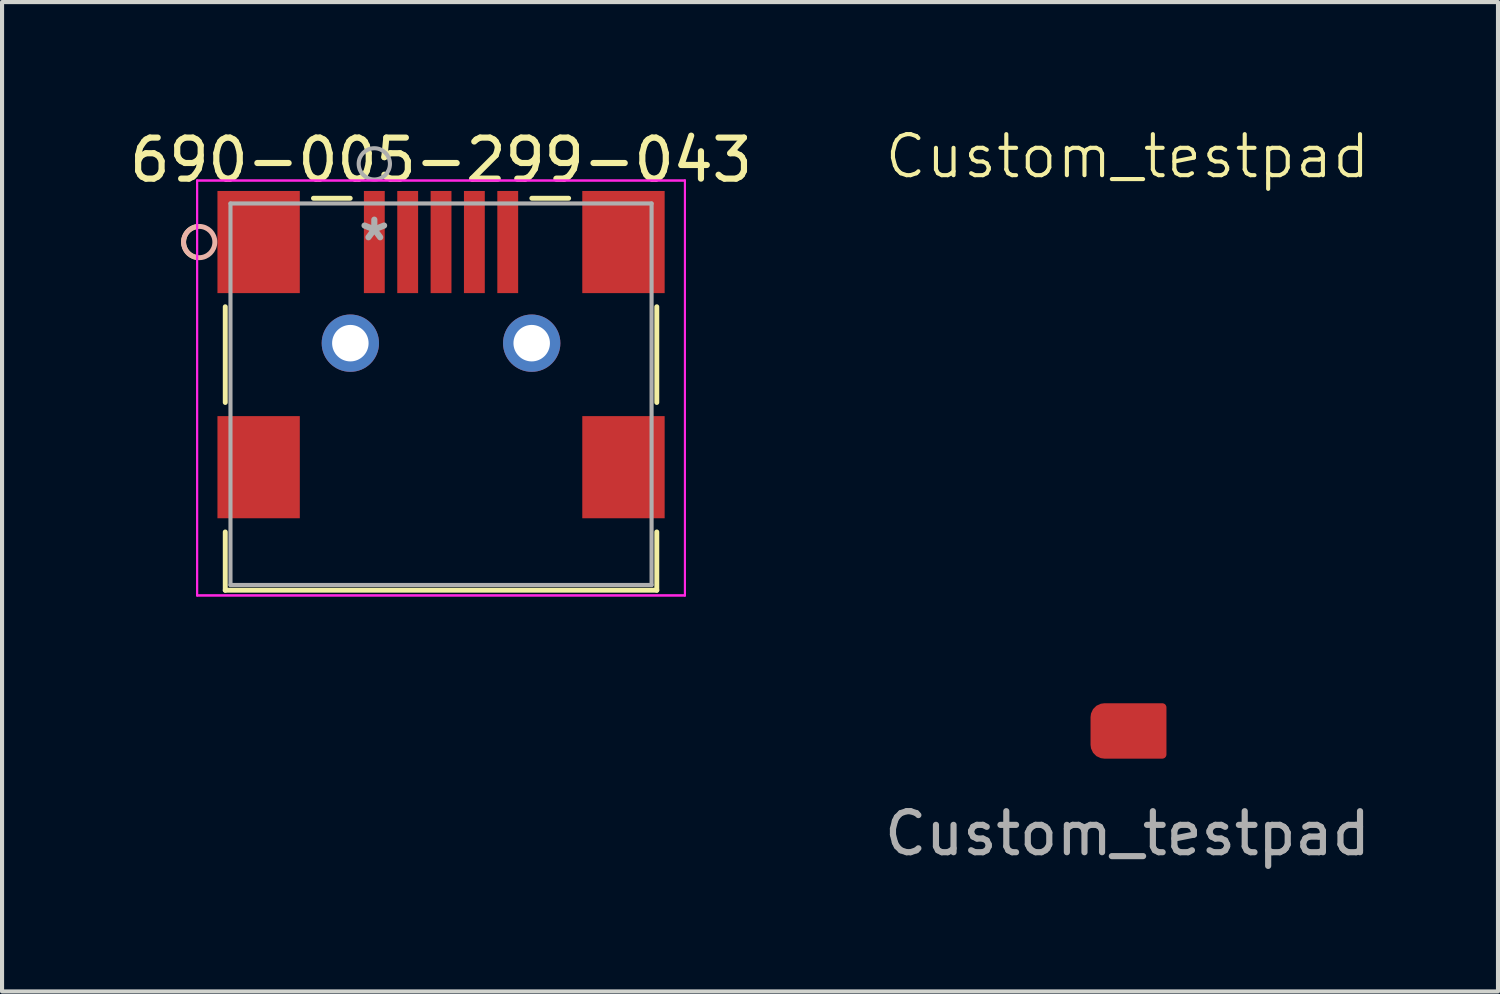
<source format=kicad_pcb>
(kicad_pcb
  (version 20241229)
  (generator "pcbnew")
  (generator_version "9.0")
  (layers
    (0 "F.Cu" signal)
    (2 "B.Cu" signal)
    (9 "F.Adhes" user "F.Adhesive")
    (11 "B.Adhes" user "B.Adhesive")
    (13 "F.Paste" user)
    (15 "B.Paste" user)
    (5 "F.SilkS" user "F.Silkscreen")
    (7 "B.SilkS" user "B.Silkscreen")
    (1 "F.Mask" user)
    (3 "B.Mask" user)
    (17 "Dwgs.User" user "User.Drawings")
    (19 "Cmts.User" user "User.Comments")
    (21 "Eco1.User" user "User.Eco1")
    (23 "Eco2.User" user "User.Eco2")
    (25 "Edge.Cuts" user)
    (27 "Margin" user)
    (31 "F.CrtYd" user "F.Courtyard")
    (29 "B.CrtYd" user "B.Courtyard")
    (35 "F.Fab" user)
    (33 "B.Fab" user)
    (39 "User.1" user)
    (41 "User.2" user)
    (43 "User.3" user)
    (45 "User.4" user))
  (footprint "Custom_testpad"
    (layer "F.Cu")
    (at 24.423 14.761)
    (property "Reference" "Custom_testpad" (at 0 -14 0) (unlocked yes) (layer "F.SilkS") (effects (font (size 1 1) (thickness 0.1))))
    (attr smd)
    (fp_text user "${REFERENCE}" (at 0 2.5 0) (unlocked yes) (layer "F.Fab") (effects (font (size 1 1) (thickness 0.15))))
    (pad "1" smd custom (at 0 0) (size 1.35 1.35) (layers "F.Cu" "F.Mask") (options (anchor circle)) (primitives (gr_poly (pts (xy -0.9 -0.338) (xy -0.888 -0.425) (xy -0.839 -0.531) (xy -0.756 -0.614) (xy -0.65 -0.663) (xy -0.562 -0.675) (xy 0.562 -0.675) (xy 0.65 -0.663) (xy 0.756 -0.614) (xy 0.839 -0.531) (xy 0.888 -0.425) (xy 0.9 -0.338) (xy 0.9 0.338) (xy 0.888 0.425) (xy 0.839 0.531) (xy 0.756 0.614) (xy 0.65 0.663) (xy 0.562 0.675) (xy -0.562 0.675) (xy -0.65 0.663) (xy -0.756 0.614) (xy -0.839 0.531) (xy -0.888 0.425) (xy -0.9 0.338)) (width 0) (fill yes)) (gr_rect (start 0 -0.575) (end 0.85 0.575) (width 0.2) (fill no)))))
  (footprint "690-005-299-043"
    (layer "F.Cu")
    (at 6.071 2.848)
    (property "Reference" "690-005-299-043" (at 1.626 -2 180) (layer "F.SilkS") (effects (font (size 1 1) (thickness 0.15))))
    (attr through_hole)
    (fp_line (start -3.632 1.577) (end -3.632 3.909) (stroke (width 0.12) (type solid)) (layer "F.SilkS"))
    (fp_line (start -3.632 7.064) (end -3.632 8.484) (stroke (width 0.12) (type solid)) (layer "F.SilkS"))
    (fp_line (start -3.632 8.484) (end 6.883 8.484) (stroke (width 0.12) (type solid)) (layer "F.SilkS"))
    (fp_line (start -0.587 -1.067) (end -1.483 -1.067) (stroke (width 0.12) (type solid)) (layer "F.SilkS"))
    (fp_line (start 4.735 -1.067) (end 3.838 -1.067) (stroke (width 0.12) (type solid)) (layer "F.SilkS"))
    (fp_line (start 6.883 3.909) (end 6.883 1.577) (stroke (width 0.12) (type solid)) (layer "F.SilkS"))
    (fp_line (start 6.883 8.484) (end 6.883 7.064) (stroke (width 0.12) (type solid)) (layer "F.SilkS"))
    (fp_arc (start -4.33324 0.375233) (mid -4.6482 0) (end -4.33324 -0.375233) (stroke (width 0.12) (type solid)) (layer "F.SilkS"))
    (fp_circle (center -4.267 0) (end -3.886 0) (stroke (width 0.12) (type solid)) (fill no) (layer "B.SilkS"))
    (fp_line (start -4.318 -1.499) (end -4.318 8.611) (stroke (width 0.05) (type solid)) (layer "F.CrtYd"))
    (fp_line (start -4.318 -1.499) (end -4.318 8.611) (stroke (width 0.05) (type solid)) (layer "F.CrtYd"))
    (fp_line (start -4.318 8.611) (end 7.569 8.611) (stroke (width 0.05) (type solid)) (layer "F.CrtYd"))
    (fp_line (start -4.318 8.611) (end 7.569 8.611) (stroke (width 0.05) (type solid)) (layer "F.CrtYd"))
    (fp_line (start 7.569 -1.499) (end -4.318 -1.499) (stroke (width 0.05) (type solid)) (layer "F.CrtYd"))
    (fp_line (start 7.569 -1.499) (end -4.318 -1.499) (stroke (width 0.05) (type solid)) (layer "F.CrtYd"))
    (fp_line (start 7.569 8.611) (end 7.569 -1.499) (stroke (width 0.05) (type solid)) (layer "F.CrtYd"))
    (fp_line (start 7.569 8.611) (end 7.569 -1.499) (stroke (width 0.05) (type solid)) (layer "F.CrtYd"))
    (fp_line (start -3.505 -0.94) (end -3.505 8.357) (stroke (width 0.1) (type solid)) (layer "F.Fab"))
    (fp_line (start -3.505 8.357) (end 6.756 8.357) (stroke (width 0.1) (type solid)) (layer "F.Fab"))
    (fp_line (start 6.756 -0.94) (end -3.505 -0.94) (stroke (width 0.1) (type solid)) (layer "F.Fab"))
    (fp_line (start 6.756 8.357) (end 6.756 -0.94) (stroke (width 0.1) (type solid)) (layer "F.Fab"))
    (fp_circle (center 0 -1.905) (end 0.381 -1.905) (stroke (width 0.1) (type solid)) (fill no) (layer "F.Fab"))
    (fp_text user "*" (at 0 0 0) (layer "F.Fab") (effects (font (size 1 1) (thickness 0.15))))
    (pad "1" smd rect (at 0 0) (size 0.508 2.489) (layers "F.Cu" "F.Mask" "F.Paste"))
    (pad "2" smd rect (at 0.813 0) (size 0.508 2.489) (layers "F.Cu" "F.Mask" "F.Paste"))
    (pad "3" smd rect (at 1.626 0) (size 0.508 2.489) (layers "F.Cu" "F.Mask" "F.Paste"))
    (pad "4" smd rect (at 2.438 0) (size 0.508 2.489) (layers "F.Cu" "F.Mask" "F.Paste"))
    (pad "5" smd rect (at 3.251 0) (size 0.508 2.489) (layers "F.Cu" "F.Mask" "F.Paste"))
    (pad "6" smd rect (at -2.819 0 90) (size 2.489 2.007) (layers "F.Cu" "F.Mask" "F.Paste"))
    (pad "7" smd rect (at 6.071 0 90) (size 2.489 2.007) (layers "F.Cu" "F.Mask" "F.Paste"))
    (pad "8" thru_hole circle (at -0.584 2.464 90) (size 1.397 1.397) (drill 0.889) (layers "*.Cu" "*.Mask"))
    (pad "9" thru_hole circle (at 3.835 2.464 90) (size 1.397 1.397) (drill 0.889) (layers "*.Cu" "*.Mask"))
    (pad "10" smd rect (at -2.819 5.486) (size 2.007 2.489) (layers "F.Cu" "F.Mask" "F.Paste"))
    (pad "11" smd rect (at 6.071 5.486) (size 2.007 2.489) (layers "F.Cu" "F.Mask" "F.Paste")))
  (gr_rect
    (start -3 -3)
    (end 33.452 21.109)
    (stroke (width 0.1) (type default))
    (fill no)
    (layer "Edge.Cuts")))
</source>
